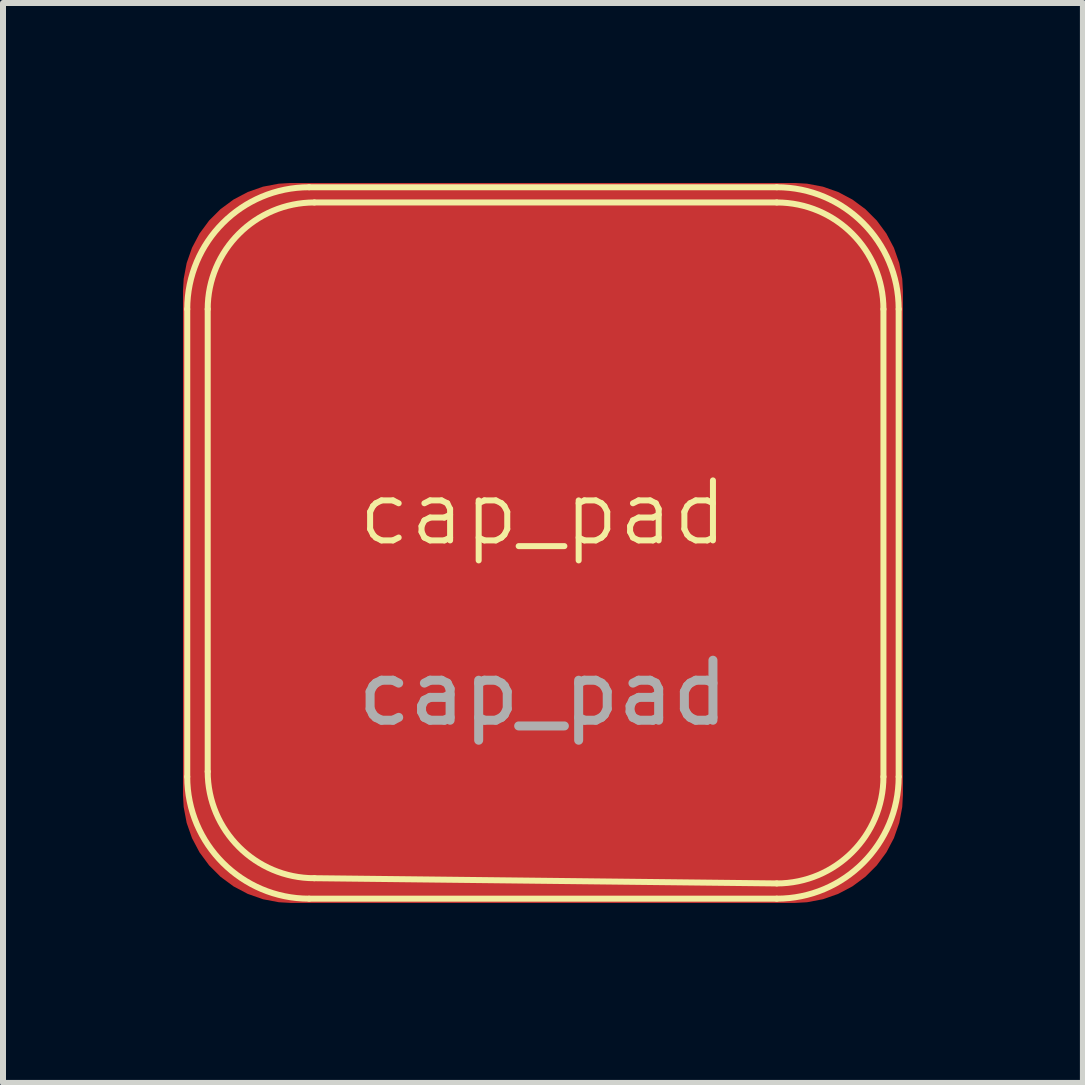
<source format=kicad_pcb>
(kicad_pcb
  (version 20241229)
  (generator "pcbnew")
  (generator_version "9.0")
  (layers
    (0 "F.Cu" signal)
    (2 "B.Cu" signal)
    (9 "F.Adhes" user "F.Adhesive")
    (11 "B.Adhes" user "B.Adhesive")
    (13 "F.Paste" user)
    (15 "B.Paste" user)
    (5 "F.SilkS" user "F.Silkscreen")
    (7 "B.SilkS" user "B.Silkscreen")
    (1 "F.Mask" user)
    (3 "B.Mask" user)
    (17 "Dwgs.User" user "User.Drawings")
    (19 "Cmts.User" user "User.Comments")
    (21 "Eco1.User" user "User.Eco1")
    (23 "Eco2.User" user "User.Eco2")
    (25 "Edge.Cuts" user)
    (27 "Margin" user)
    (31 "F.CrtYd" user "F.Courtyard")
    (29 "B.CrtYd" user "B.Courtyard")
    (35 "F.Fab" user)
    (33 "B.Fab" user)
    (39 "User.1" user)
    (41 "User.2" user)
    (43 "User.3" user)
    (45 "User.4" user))
  (footprint "cap_pad"
    (layer "F.Cu")
    (at 6 6)
    (property "Reference" "cap_pad" (at 0 -0.5 0) (unlocked yes) (layer "F.SilkS") (effects (font (size 1 1) (thickness 0.1))))
    (attr smd)
    (fp_line (start -5.929 -3.897) (end -5.929 3.897) (stroke (width 0.1) (type default)) (layer "F.SilkS"))
    (fp_line (start -5.588 -3.897) (end -5.588 3.81) (stroke (width 0.1) (type default)) (layer "F.SilkS"))
    (fp_line (start -3.897 5.929) (end 3.897 5.929) (stroke (width 0.1) (type default)) (layer "F.SilkS"))
    (fp_line (start -3.81 5.588) (end 3.897 5.675) (stroke (width 0.1) (type default)) (layer "F.SilkS"))
    (fp_line (start 3.897 -5.929) (end -3.897 -5.929) (stroke (width 0.1) (type default)) (layer "F.SilkS"))
    (fp_line (start 3.897 -5.675) (end -3.81 -5.675) (stroke (width 0.1) (type default)) (layer "F.SilkS"))
    (fp_line (start 5.675 3.897) (end 5.675 -3.897) (stroke (width 0.1) (type default)) (layer "F.SilkS"))
    (fp_line (start 5.929 -3.897) (end 5.929 3.897) (stroke (width 0.1) (type default)) (layer "F.SilkS"))
    (fp_arc (start -5.929159 -3.897159) (mid -5.334 -5.334) (end -3.897159 -5.929159) (stroke (width 0.1) (type default)) (layer "F.SilkS"))
    (fp_arc (start -5.588 -3.897159) (mid -5.067236 -5.154395) (end -3.81 -5.675159) (stroke (width 0.1) (type default)) (layer "F.SilkS"))
    (fp_arc (start -3.897159 5.929159) (mid -5.334 5.334) (end -5.929159 3.897159) (stroke (width 0.1) (type default)) (layer "F.SilkS"))
    (fp_arc (start -3.81 5.588) (mid -5.067236 5.067236) (end -5.588 3.81) (stroke (width 0.1) (type default)) (layer "F.SilkS"))
    (fp_arc (start 3.897159 -5.929159) (mid 5.334 -5.334) (end 5.929159 -3.897159) (stroke (width 0.1) (type default)) (layer "F.SilkS"))
    (fp_arc (start 3.897159 -5.675159) (mid 5.154395 -5.154395) (end 5.675159 -3.897159) (stroke (width 0.1) (type default)) (layer "F.SilkS"))
    (fp_arc (start 5.67516 3.89716) (mid 5.154396 5.154396) (end 3.89716 5.67516) (stroke (width 0.1) (type default)) (layer "F.SilkS"))
    (fp_arc (start 5.929159 3.897159) (mid 5.334 5.334) (end 3.897159 5.929159) (stroke (width 0.1) (type default)) (layer "F.SilkS"))
    (fp_text user "${REFERENCE}" (at 0 2.5 0) (unlocked yes) (layer "F.Fab") (effects (font (size 1 1) (thickness 0.15))))
    (pad "1" smd roundrect (at 0 0) (size 12 12) (layers "F.Cu" "F.Paste") (roundrect_rratio 0.15)))
  (gr_rect
    (start -3 -3)
    (end 15 15)
    (stroke (width 0.1) (type default))
    (fill no)
    (layer "Edge.Cuts")))
</source>
